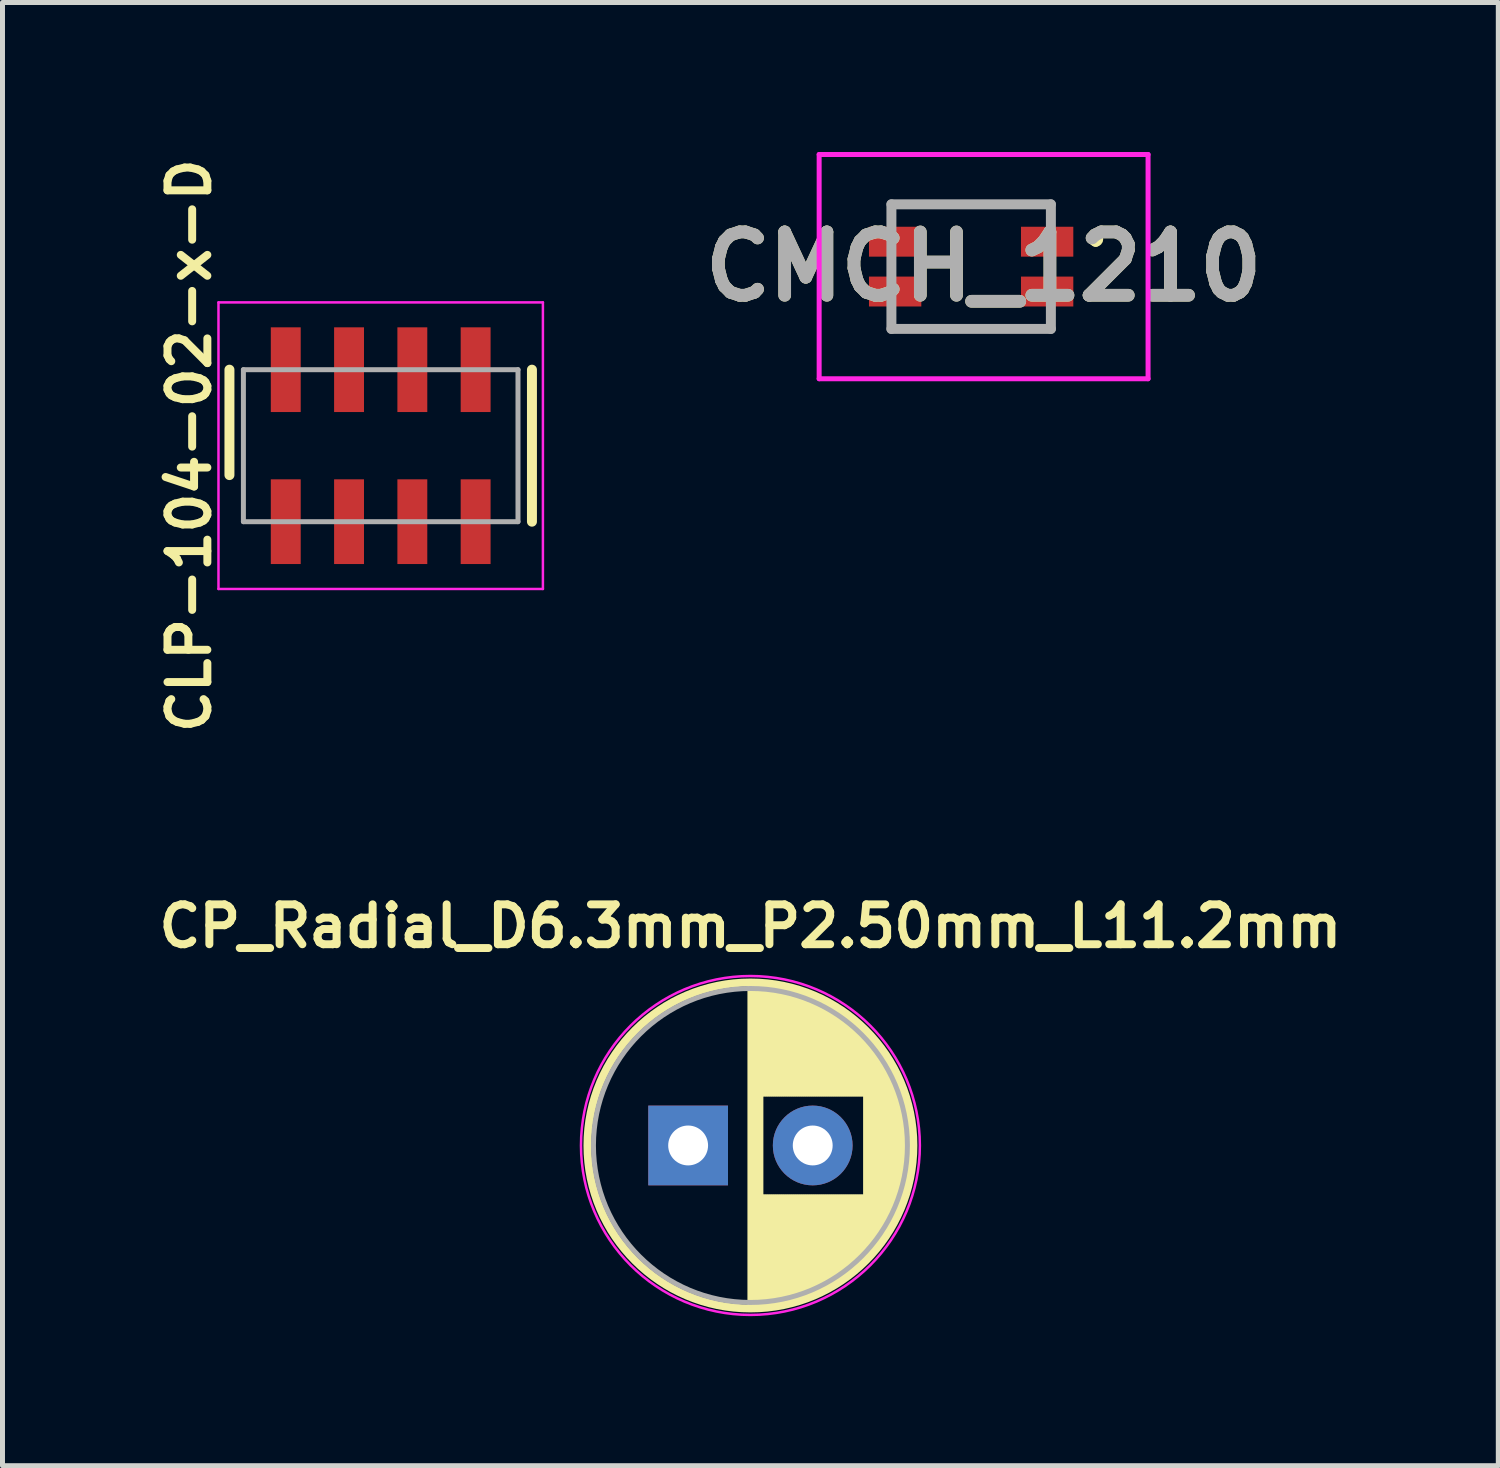
<source format=kicad_pcb>
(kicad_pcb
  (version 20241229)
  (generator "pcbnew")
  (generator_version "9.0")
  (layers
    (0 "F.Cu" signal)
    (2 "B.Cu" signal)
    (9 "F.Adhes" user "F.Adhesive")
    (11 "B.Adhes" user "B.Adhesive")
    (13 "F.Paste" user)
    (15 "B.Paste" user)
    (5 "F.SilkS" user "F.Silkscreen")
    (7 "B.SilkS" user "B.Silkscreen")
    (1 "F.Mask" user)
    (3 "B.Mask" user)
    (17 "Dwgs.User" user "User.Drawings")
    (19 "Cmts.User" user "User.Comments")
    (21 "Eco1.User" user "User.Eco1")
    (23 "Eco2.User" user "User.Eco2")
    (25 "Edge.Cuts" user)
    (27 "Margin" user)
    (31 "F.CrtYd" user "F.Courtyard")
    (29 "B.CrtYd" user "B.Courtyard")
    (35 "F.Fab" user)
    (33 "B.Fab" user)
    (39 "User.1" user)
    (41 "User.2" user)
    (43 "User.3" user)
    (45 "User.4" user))
  (footprint "CMCH_1210"
    (layer "F.Cu")
    (at 16.437 2.3)
    (property "Reference" "CMCH_1210" (at 0.25 0 0) (layer "F.SilkS") (effects (font (size 1.27 1.27) (thickness 0.254))))
    (attr smd)
    (fp_line (start 1.525 1.25) (end -1.525 1.25) (stroke (width 0.1) (type solid)) (layer "F.SilkS"))
    (fp_line (start 1.6 -1.25) (end -1.525 -1.25) (stroke (width 0.1) (type solid)) (layer "F.SilkS"))
    (fp_line (start 2.5 -0.6) (end 2.5 -0.6) (stroke (width 0.2) (type solid)) (layer "F.SilkS"))
    (fp_line (start 2.5 -0.5) (end 2.5 -0.5) (stroke (width 0.2) (type solid)) (layer "F.SilkS"))
    (fp_arc (start 2.5 -0.6) (mid 2.55 -0.55) (end 2.5 -0.5) (stroke (width 0.2) (type solid)) (layer "F.SilkS"))
    (fp_arc (start 2.5 -0.5) (mid 2.45 -0.55) (end 2.5 -0.6) (stroke (width 0.2) (type solid)) (layer "F.SilkS"))
    (fp_line (start -3.05 -2.25) (end -3.05 2.25) (stroke (width 0.1) (type solid)) (layer "F.CrtYd"))
    (fp_line (start -3.05 2.25) (end 3.55 2.25) (stroke (width 0.1) (type solid)) (layer "F.CrtYd"))
    (fp_line (start 3.55 -2.25) (end -3.05 -2.25) (stroke (width 0.1) (type solid)) (layer "F.CrtYd"))
    (fp_line (start 3.55 2.25) (end 3.55 -2.25) (stroke (width 0.1) (type solid)) (layer "F.CrtYd"))
    (fp_line (start -1.6 -1.25) (end -1.6 1.25) (stroke (width 0.2) (type solid)) (layer "F.Fab"))
    (fp_line (start -1.6 1.25) (end 1.6 1.25) (stroke (width 0.2) (type solid)) (layer "F.Fab"))
    (fp_line (start 1.6 -1.25) (end -1.6 -1.25) (stroke (width 0.2) (type solid)) (layer "F.Fab"))
    (fp_line (start 1.6 1.25) (end 1.6 -1.25) (stroke (width 0.2) (type solid)) (layer "F.Fab"))
    (fp_text user "${REFERENCE}" (at 0.25 0 0) (layer "F.Fab") (effects (font (size 1.27 1.27) (thickness 0.254))))
    (pad "1" smd rect (at 1.525 -0.5 90) (size 0.6 1.05) (layers "F.Cu" "F.Mask" "F.Paste"))
    (pad "2" smd rect (at -1.525 -0.5 90) (size 0.6 1.05) (layers "F.Cu" "F.Mask" "F.Paste"))
    (pad "3" smd rect (at -1.525 0.5 90) (size 0.6 1.05) (layers "F.Cu" "F.Mask" "F.Paste"))
    (pad "4" smd rect (at 1.525 0.5 90) (size 0.6 1.05) (layers "F.Cu" "F.Mask" "F.Paste")))
  (footprint "CLP-104-02-x-D"
    (layer "F.Cu")
    (at 4.589 5.893)
    (property "Reference" "CLP-104-02-x-D" (at -3.84 0 90) (layer "F.SilkS") (effects (font (size 0.8 0.8) (thickness 0.16))))
    (attr through_hole)
    (fp_line (start -3.035 0.59) (end -3.035 -1.525) (stroke (width 0.2) (type solid)) (layer "F.SilkS"))
    (fp_line (start 3.035 -1.525) (end 3.035 1.525) (stroke (width 0.2) (type solid)) (layer "F.SilkS"))
    (fp_line (start -3.255 -2.875) (end 3.255 -2.875) (stroke (width 0.05) (type solid)) (layer "F.CrtYd"))
    (fp_line (start -3.255 2.875) (end -3.255 -2.875) (stroke (width 0.05) (type solid)) (layer "F.CrtYd"))
    (fp_line (start 3.255 -2.875) (end 3.255 2.875) (stroke (width 0.05) (type solid)) (layer "F.CrtYd"))
    (fp_line (start 3.255 2.875) (end -3.255 2.875) (stroke (width 0.05) (type solid)) (layer "F.CrtYd"))
    (fp_line (start -2.755 -1.525) (end -2.755 1.525) (stroke (width 0.1) (type solid)) (layer "F.Fab"))
    (fp_line (start -2.755 -1.525) (end 2.755 -1.525) (stroke (width 0.1) (type solid)) (layer "F.Fab"))
    (fp_line (start 2.755 1.525) (end -2.755 1.525) (stroke (width 0.1) (type solid)) (layer "F.Fab"))
    (fp_line (start 2.755 1.525) (end 2.755 -1.525) (stroke (width 0.1) (type solid)) (layer "F.Fab"))
    (pad "1" smd rect (at -1.905 1.525) (size 0.6 1.7) (layers "F.Cu" "F.Mask" "F.Paste"))
    (pad "2" smd rect (at -1.905 -1.525) (size 0.6 1.7) (layers "F.Cu" "F.Mask" "F.Paste"))
    (pad "3" smd rect (at -0.635 1.525) (size 0.6 1.7) (layers "F.Cu" "F.Mask" "F.Paste"))
    (pad "4" smd rect (at -0.635 -1.525) (size 0.6 1.7) (layers "F.Cu" "F.Mask" "F.Paste"))
    (pad "5" smd rect (at 0.635 1.525) (size 0.6 1.7) (layers "F.Cu" "F.Mask" "F.Paste"))
    (pad "6" smd rect (at 0.635 -1.525) (size 0.6 1.7) (layers "F.Cu" "F.Mask" "F.Paste"))
    (pad "7" smd rect (at 1.905 1.525) (size 0.6 1.7) (layers "F.Cu" "F.Mask" "F.Paste"))
    (pad "8" smd rect (at 1.905 -1.525) (size 0.6 1.7) (layers "F.Cu" "F.Mask" "F.Paste")))
  (footprint "CP_Radial_D6.3mm_P2.50mm_L11.2mm"
    (layer "F.Cu")
    (at 12.008 19.935)
    (property "Reference" "CP_Radial_D6.3mm_P2.50mm_L11.2mm" (at 0 -4.4 0) (layer "F.SilkS") (effects (font (size 0.8 0.8) (thickness 0.16))))
    (attr through_hole)
    (fp_line (start 0 -3.23) (end 0 3.23) (stroke (width 0.12) (type solid)) (layer "F.SilkS"))
    (fp_line (start 0.04 -3.23) (end 0.04 3.23) (stroke (width 0.12) (type solid)) (layer "F.SilkS"))
    (fp_line (start 0.08 -3.23) (end 0.08 3.23) (stroke (width 0.12) (type solid)) (layer "F.SilkS"))
    (fp_line (start 0.12 -3.228) (end 0.12 3.228) (stroke (width 0.12) (type solid)) (layer "F.SilkS"))
    (fp_line (start 0.16 -3.227) (end 0.16 3.227) (stroke (width 0.12) (type solid)) (layer "F.SilkS"))
    (fp_line (start 0.2 -3.224) (end 0.2 3.224) (stroke (width 0.12) (type solid)) (layer "F.SilkS"))
    (fp_line (start 0.24 -3.222) (end 0.24 -1.04) (stroke (width 0.12) (type solid)) (layer "F.SilkS"))
    (fp_line (start 0.24 1.04) (end 0.24 3.222) (stroke (width 0.12) (type solid)) (layer "F.SilkS"))
    (fp_line (start 0.28 -3.218) (end 0.28 -1.04) (stroke (width 0.12) (type solid)) (layer "F.SilkS"))
    (fp_line (start 0.28 1.04) (end 0.28 3.218) (stroke (width 0.12) (type solid)) (layer "F.SilkS"))
    (fp_line (start 0.32 -3.215) (end 0.32 -1.04) (stroke (width 0.12) (type solid)) (layer "F.SilkS"))
    (fp_line (start 0.32 1.04) (end 0.32 3.215) (stroke (width 0.12) (type solid)) (layer "F.SilkS"))
    (fp_line (start 0.36 -3.211) (end 0.36 -1.04) (stroke (width 0.12) (type solid)) (layer "F.SilkS"))
    (fp_line (start 0.36 1.04) (end 0.36 3.211) (stroke (width 0.12) (type solid)) (layer "F.SilkS"))
    (fp_line (start 0.4 -3.206) (end 0.4 -1.04) (stroke (width 0.12) (type solid)) (layer "F.SilkS"))
    (fp_line (start 0.4 1.04) (end 0.4 3.206) (stroke (width 0.12) (type solid)) (layer "F.SilkS"))
    (fp_line (start 0.44 -3.201) (end 0.44 -1.04) (stroke (width 0.12) (type solid)) (layer "F.SilkS"))
    (fp_line (start 0.44 1.04) (end 0.44 3.201) (stroke (width 0.12) (type solid)) (layer "F.SilkS"))
    (fp_line (start 0.48 -3.195) (end 0.48 -1.04) (stroke (width 0.12) (type solid)) (layer "F.SilkS"))
    (fp_line (start 0.48 1.04) (end 0.48 3.195) (stroke (width 0.12) (type solid)) (layer "F.SilkS"))
    (fp_line (start 0.52 -3.189) (end 0.52 -1.04) (stroke (width 0.12) (type solid)) (layer "F.SilkS"))
    (fp_line (start 0.52 1.04) (end 0.52 3.189) (stroke (width 0.12) (type solid)) (layer "F.SilkS"))
    (fp_line (start 0.56 -3.182) (end 0.56 -1.04) (stroke (width 0.12) (type solid)) (layer "F.SilkS"))
    (fp_line (start 0.56 1.04) (end 0.56 3.182) (stroke (width 0.12) (type solid)) (layer "F.SilkS"))
    (fp_line (start 0.6 -3.175) (end 0.6 -1.04) (stroke (width 0.12) (type solid)) (layer "F.SilkS"))
    (fp_line (start 0.6 1.04) (end 0.6 3.175) (stroke (width 0.12) (type solid)) (layer "F.SilkS"))
    (fp_line (start 0.64 -3.167) (end 0.64 -1.04) (stroke (width 0.12) (type solid)) (layer "F.SilkS"))
    (fp_line (start 0.64 1.04) (end 0.64 3.167) (stroke (width 0.12) (type solid)) (layer "F.SilkS"))
    (fp_line (start 0.68 -3.159) (end 0.68 -1.04) (stroke (width 0.12) (type solid)) (layer "F.SilkS"))
    (fp_line (start 0.68 1.04) (end 0.68 3.159) (stroke (width 0.12) (type solid)) (layer "F.SilkS"))
    (fp_line (start 0.721 -3.15) (end 0.721 -1.04) (stroke (width 0.12) (type solid)) (layer "F.SilkS"))
    (fp_line (start 0.721 1.04) (end 0.721 3.15) (stroke (width 0.12) (type solid)) (layer "F.SilkS"))
    (fp_line (start 0.761 -3.141) (end 0.761 -1.04) (stroke (width 0.12) (type solid)) (layer "F.SilkS"))
    (fp_line (start 0.761 1.04) (end 0.761 3.141) (stroke (width 0.12) (type solid)) (layer "F.SilkS"))
    (fp_line (start 0.801 -3.131) (end 0.801 -1.04) (stroke (width 0.12) (type solid)) (layer "F.SilkS"))
    (fp_line (start 0.801 1.04) (end 0.801 3.131) (stroke (width 0.12) (type solid)) (layer "F.SilkS"))
    (fp_line (start 0.841 -3.121) (end 0.841 -1.04) (stroke (width 0.12) (type solid)) (layer "F.SilkS"))
    (fp_line (start 0.841 1.04) (end 0.841 3.121) (stroke (width 0.12) (type solid)) (layer "F.SilkS"))
    (fp_line (start 0.881 -3.11) (end 0.881 -1.04) (stroke (width 0.12) (type solid)) (layer "F.SilkS"))
    (fp_line (start 0.881 1.04) (end 0.881 3.11) (stroke (width 0.12) (type solid)) (layer "F.SilkS"))
    (fp_line (start 0.921 -3.098) (end 0.921 -1.04) (stroke (width 0.12) (type solid)) (layer "F.SilkS"))
    (fp_line (start 0.921 1.04) (end 0.921 3.098) (stroke (width 0.12) (type solid)) (layer "F.SilkS"))
    (fp_line (start 0.961 -3.086) (end 0.961 -1.04) (stroke (width 0.12) (type solid)) (layer "F.SilkS"))
    (fp_line (start 0.961 1.04) (end 0.961 3.086) (stroke (width 0.12) (type solid)) (layer "F.SilkS"))
    (fp_line (start 1.001 -3.074) (end 1.001 -1.04) (stroke (width 0.12) (type solid)) (layer "F.SilkS"))
    (fp_line (start 1.001 1.04) (end 1.001 3.074) (stroke (width 0.12) (type solid)) (layer "F.SilkS"))
    (fp_line (start 1.041 -3.061) (end 1.041 -1.04) (stroke (width 0.12) (type solid)) (layer "F.SilkS"))
    (fp_line (start 1.041 1.04) (end 1.041 3.061) (stroke (width 0.12) (type solid)) (layer "F.SilkS"))
    (fp_line (start 1.081 -3.047) (end 1.081 -1.04) (stroke (width 0.12) (type solid)) (layer "F.SilkS"))
    (fp_line (start 1.081 1.04) (end 1.081 3.047) (stroke (width 0.12) (type solid)) (layer "F.SilkS"))
    (fp_line (start 1.121 -3.033) (end 1.121 -1.04) (stroke (width 0.12) (type solid)) (layer "F.SilkS"))
    (fp_line (start 1.121 1.04) (end 1.121 3.033) (stroke (width 0.12) (type solid)) (layer "F.SilkS"))
    (fp_line (start 1.161 -3.018) (end 1.161 -1.04) (stroke (width 0.12) (type solid)) (layer "F.SilkS"))
    (fp_line (start 1.161 1.04) (end 1.161 3.018) (stroke (width 0.12) (type solid)) (layer "F.SilkS"))
    (fp_line (start 1.201 -3.002) (end 1.201 -1.04) (stroke (width 0.12) (type solid)) (layer "F.SilkS"))
    (fp_line (start 1.201 1.04) (end 1.201 3.002) (stroke (width 0.12) (type solid)) (layer "F.SilkS"))
    (fp_line (start 1.241 -2.986) (end 1.241 -1.04) (stroke (width 0.12) (type solid)) (layer "F.SilkS"))
    (fp_line (start 1.241 1.04) (end 1.241 2.986) (stroke (width 0.12) (type solid)) (layer "F.SilkS"))
    (fp_line (start 1.281 -2.97) (end 1.281 -1.04) (stroke (width 0.12) (type solid)) (layer "F.SilkS"))
    (fp_line (start 1.281 1.04) (end 1.281 2.97) (stroke (width 0.12) (type solid)) (layer "F.SilkS"))
    (fp_line (start 1.321 -2.952) (end 1.321 -1.04) (stroke (width 0.12) (type solid)) (layer "F.SilkS"))
    (fp_line (start 1.321 1.04) (end 1.321 2.952) (stroke (width 0.12) (type solid)) (layer "F.SilkS"))
    (fp_line (start 1.361 -2.934) (end 1.361 -1.04) (stroke (width 0.12) (type solid)) (layer "F.SilkS"))
    (fp_line (start 1.361 1.04) (end 1.361 2.934) (stroke (width 0.12) (type solid)) (layer "F.SilkS"))
    (fp_line (start 1.401 -2.916) (end 1.401 -1.04) (stroke (width 0.12) (type solid)) (layer "F.SilkS"))
    (fp_line (start 1.401 1.04) (end 1.401 2.916) (stroke (width 0.12) (type solid)) (layer "F.SilkS"))
    (fp_line (start 1.441 -2.896) (end 1.441 -1.04) (stroke (width 0.12) (type solid)) (layer "F.SilkS"))
    (fp_line (start 1.441 1.04) (end 1.441 2.896) (stroke (width 0.12) (type solid)) (layer "F.SilkS"))
    (fp_line (start 1.481 -2.876) (end 1.481 -1.04) (stroke (width 0.12) (type solid)) (layer "F.SilkS"))
    (fp_line (start 1.481 1.04) (end 1.481 2.876) (stroke (width 0.12) (type solid)) (layer "F.SilkS"))
    (fp_line (start 1.521 -2.856) (end 1.521 -1.04) (stroke (width 0.12) (type solid)) (layer "F.SilkS"))
    (fp_line (start 1.521 1.04) (end 1.521 2.856) (stroke (width 0.12) (type solid)) (layer "F.SilkS"))
    (fp_line (start 1.561 -2.834) (end 1.561 -1.04) (stroke (width 0.12) (type solid)) (layer "F.SilkS"))
    (fp_line (start 1.561 1.04) (end 1.561 2.834) (stroke (width 0.12) (type solid)) (layer "F.SilkS"))
    (fp_line (start 1.601 -2.812) (end 1.601 -1.04) (stroke (width 0.12) (type solid)) (layer "F.SilkS"))
    (fp_line (start 1.601 1.04) (end 1.601 2.812) (stroke (width 0.12) (type solid)) (layer "F.SilkS"))
    (fp_line (start 1.641 -2.79) (end 1.641 -1.04) (stroke (width 0.12) (type solid)) (layer "F.SilkS"))
    (fp_line (start 1.641 1.04) (end 1.641 2.79) (stroke (width 0.12) (type solid)) (layer "F.SilkS"))
    (fp_line (start 1.681 -2.766) (end 1.681 -1.04) (stroke (width 0.12) (type solid)) (layer "F.SilkS"))
    (fp_line (start 1.681 1.04) (end 1.681 2.766) (stroke (width 0.12) (type solid)) (layer "F.SilkS"))
    (fp_line (start 1.721 -2.742) (end 1.721 -1.04) (stroke (width 0.12) (type solid)) (layer "F.SilkS"))
    (fp_line (start 1.721 1.04) (end 1.721 2.742) (stroke (width 0.12) (type solid)) (layer "F.SilkS"))
    (fp_line (start 1.761 -2.716) (end 1.761 -1.04) (stroke (width 0.12) (type solid)) (layer "F.SilkS"))
    (fp_line (start 1.761 1.04) (end 1.761 2.716) (stroke (width 0.12) (type solid)) (layer "F.SilkS"))
    (fp_line (start 1.801 -2.69) (end 1.801 -1.04) (stroke (width 0.12) (type solid)) (layer "F.SilkS"))
    (fp_line (start 1.801 1.04) (end 1.801 2.69) (stroke (width 0.12) (type solid)) (layer "F.SilkS"))
    (fp_line (start 1.841 -2.664) (end 1.841 -1.04) (stroke (width 0.12) (type solid)) (layer "F.SilkS"))
    (fp_line (start 1.841 1.04) (end 1.841 2.664) (stroke (width 0.12) (type solid)) (layer "F.SilkS"))
    (fp_line (start 1.881 -2.636) (end 1.881 -1.04) (stroke (width 0.12) (type solid)) (layer "F.SilkS"))
    (fp_line (start 1.881 1.04) (end 1.881 2.636) (stroke (width 0.12) (type solid)) (layer "F.SilkS"))
    (fp_line (start 1.921 -2.607) (end 1.921 -1.04) (stroke (width 0.12) (type solid)) (layer "F.SilkS"))
    (fp_line (start 1.921 1.04) (end 1.921 2.607) (stroke (width 0.12) (type solid)) (layer "F.SilkS"))
    (fp_line (start 1.961 -2.578) (end 1.961 -1.04) (stroke (width 0.12) (type solid)) (layer "F.SilkS"))
    (fp_line (start 1.961 1.04) (end 1.961 2.578) (stroke (width 0.12) (type solid)) (layer "F.SilkS"))
    (fp_line (start 2.001 -2.548) (end 2.001 -1.04) (stroke (width 0.12) (type solid)) (layer "F.SilkS"))
    (fp_line (start 2.001 1.04) (end 2.001 2.548) (stroke (width 0.12) (type solid)) (layer "F.SilkS"))
    (fp_line (start 2.041 -2.516) (end 2.041 -1.04) (stroke (width 0.12) (type solid)) (layer "F.SilkS"))
    (fp_line (start 2.041 1.04) (end 2.041 2.516) (stroke (width 0.12) (type solid)) (layer "F.SilkS"))
    (fp_line (start 2.081 -2.484) (end 2.081 -1.04) (stroke (width 0.12) (type solid)) (layer "F.SilkS"))
    (fp_line (start 2.081 1.04) (end 2.081 2.484) (stroke (width 0.12) (type solid)) (layer "F.SilkS"))
    (fp_line (start 2.121 -2.45) (end 2.121 -1.04) (stroke (width 0.12) (type solid)) (layer "F.SilkS"))
    (fp_line (start 2.121 1.04) (end 2.121 2.45) (stroke (width 0.12) (type solid)) (layer "F.SilkS"))
    (fp_line (start 2.161 -2.416) (end 2.161 -1.04) (stroke (width 0.12) (type solid)) (layer "F.SilkS"))
    (fp_line (start 2.161 1.04) (end 2.161 2.416) (stroke (width 0.12) (type solid)) (layer "F.SilkS"))
    (fp_line (start 2.201 -2.38) (end 2.201 -1.04) (stroke (width 0.12) (type solid)) (layer "F.SilkS"))
    (fp_line (start 2.201 1.04) (end 2.201 2.38) (stroke (width 0.12) (type solid)) (layer "F.SilkS"))
    (fp_line (start 2.241 -2.343) (end 2.241 -1.04) (stroke (width 0.12) (type solid)) (layer "F.SilkS"))
    (fp_line (start 2.241 1.04) (end 2.241 2.343) (stroke (width 0.12) (type solid)) (layer "F.SilkS"))
    (fp_line (start 2.281 -2.305) (end 2.281 -1.04) (stroke (width 0.12) (type solid)) (layer "F.SilkS"))
    (fp_line (start 2.281 1.04) (end 2.281 2.305) (stroke (width 0.12) (type solid)) (layer "F.SilkS"))
    (fp_line (start 2.321 -2.265) (end 2.321 2.265) (stroke (width 0.12) (type solid)) (layer "F.SilkS"))
    (fp_line (start 2.361 -2.224) (end 2.361 2.224) (stroke (width 0.12) (type solid)) (layer "F.SilkS"))
    (fp_line (start 2.401 -2.182) (end 2.401 2.182) (stroke (width 0.12) (type solid)) (layer "F.SilkS"))
    (fp_line (start 2.441 -2.137) (end 2.441 2.137) (stroke (width 0.12) (type solid)) (layer "F.SilkS"))
    (fp_line (start 2.481 -2.092) (end 2.481 2.092) (stroke (width 0.12) (type solid)) (layer "F.SilkS"))
    (fp_line (start 2.521 -2.044) (end 2.521 2.044) (stroke (width 0.12) (type solid)) (layer "F.SilkS"))
    (fp_line (start 2.561 -1.995) (end 2.561 1.995) (stroke (width 0.12) (type solid)) (layer "F.SilkS"))
    (fp_line (start 2.601 -1.944) (end 2.601 1.944) (stroke (width 0.12) (type solid)) (layer "F.SilkS"))
    (fp_line (start 2.641 -1.89) (end 2.641 1.89) (stroke (width 0.12) (type solid)) (layer "F.SilkS"))
    (fp_line (start 2.681 -1.834) (end 2.681 1.834) (stroke (width 0.12) (type solid)) (layer "F.SilkS"))
    (fp_line (start 2.721 -1.776) (end 2.721 1.776) (stroke (width 0.12) (type solid)) (layer "F.SilkS"))
    (fp_line (start 2.761 -1.714) (end 2.761 1.714) (stroke (width 0.12) (type solid)) (layer "F.SilkS"))
    (fp_line (start 2.801 -1.65) (end 2.801 1.65) (stroke (width 0.12) (type solid)) (layer "F.SilkS"))
    (fp_line (start 2.841 -1.581) (end 2.841 1.581) (stroke (width 0.12) (type solid)) (layer "F.SilkS"))
    (fp_line (start 2.881 -1.509) (end 2.881 1.509) (stroke (width 0.12) (type solid)) (layer "F.SilkS"))
    (fp_line (start 2.921 -1.432) (end 2.921 1.432) (stroke (width 0.12) (type solid)) (layer "F.SilkS"))
    (fp_line (start 2.961 -1.35) (end 2.961 1.35) (stroke (width 0.12) (type solid)) (layer "F.SilkS"))
    (fp_line (start 3.001 -1.262) (end 3.001 1.262) (stroke (width 0.12) (type solid)) (layer "F.SilkS"))
    (fp_line (start 3.041 -1.165) (end 3.041 1.165) (stroke (width 0.12) (type solid)) (layer "F.SilkS"))
    (fp_line (start 3.081 -1.059) (end 3.081 1.059) (stroke (width 0.12) (type solid)) (layer "F.SilkS"))
    (fp_line (start 3.121 -0.94) (end 3.121 0.94) (stroke (width 0.12) (type solid)) (layer "F.SilkS"))
    (fp_line (start 3.161 -0.802) (end 3.161 0.802) (stroke (width 0.12) (type solid)) (layer "F.SilkS"))
    (fp_line (start 3.201 -0.633) (end 3.201 0.633) (stroke (width 0.12) (type solid)) (layer "F.SilkS"))
    (fp_line (start 3.241 -0.402) (end 3.241 0.402) (stroke (width 0.12) (type solid)) (layer "F.SilkS"))
    (fp_circle (center 0 0) (end 3.27 0) (stroke (width 0.16) (type solid)) (fill no) (layer "F.SilkS"))
    (fp_circle (center 0 0) (end 3.4 0) (stroke (width 0.05) (type solid)) (fill no) (layer "F.CrtYd"))
    (fp_circle (center 0 0) (end 3.15 0) (stroke (width 0.1) (type solid)) (fill no) (layer "F.Fab"))
    (pad "1" thru_hole rect (at -1.25 0) (size 1.6 1.6) (drill 0.8) (layers "*.Cu" "*.Mask"))
    (pad "2" thru_hole circle (at 1.25 0) (size 1.6 1.6) (drill 0.8) (layers "*.Cu" "*.Mask")))
  (gr_rect
    (start -3 -3)
    (end 27.015 26.36)
    (stroke (width 0.1) (type default))
    (fill no)
    (layer "Edge.Cuts")))
</source>
